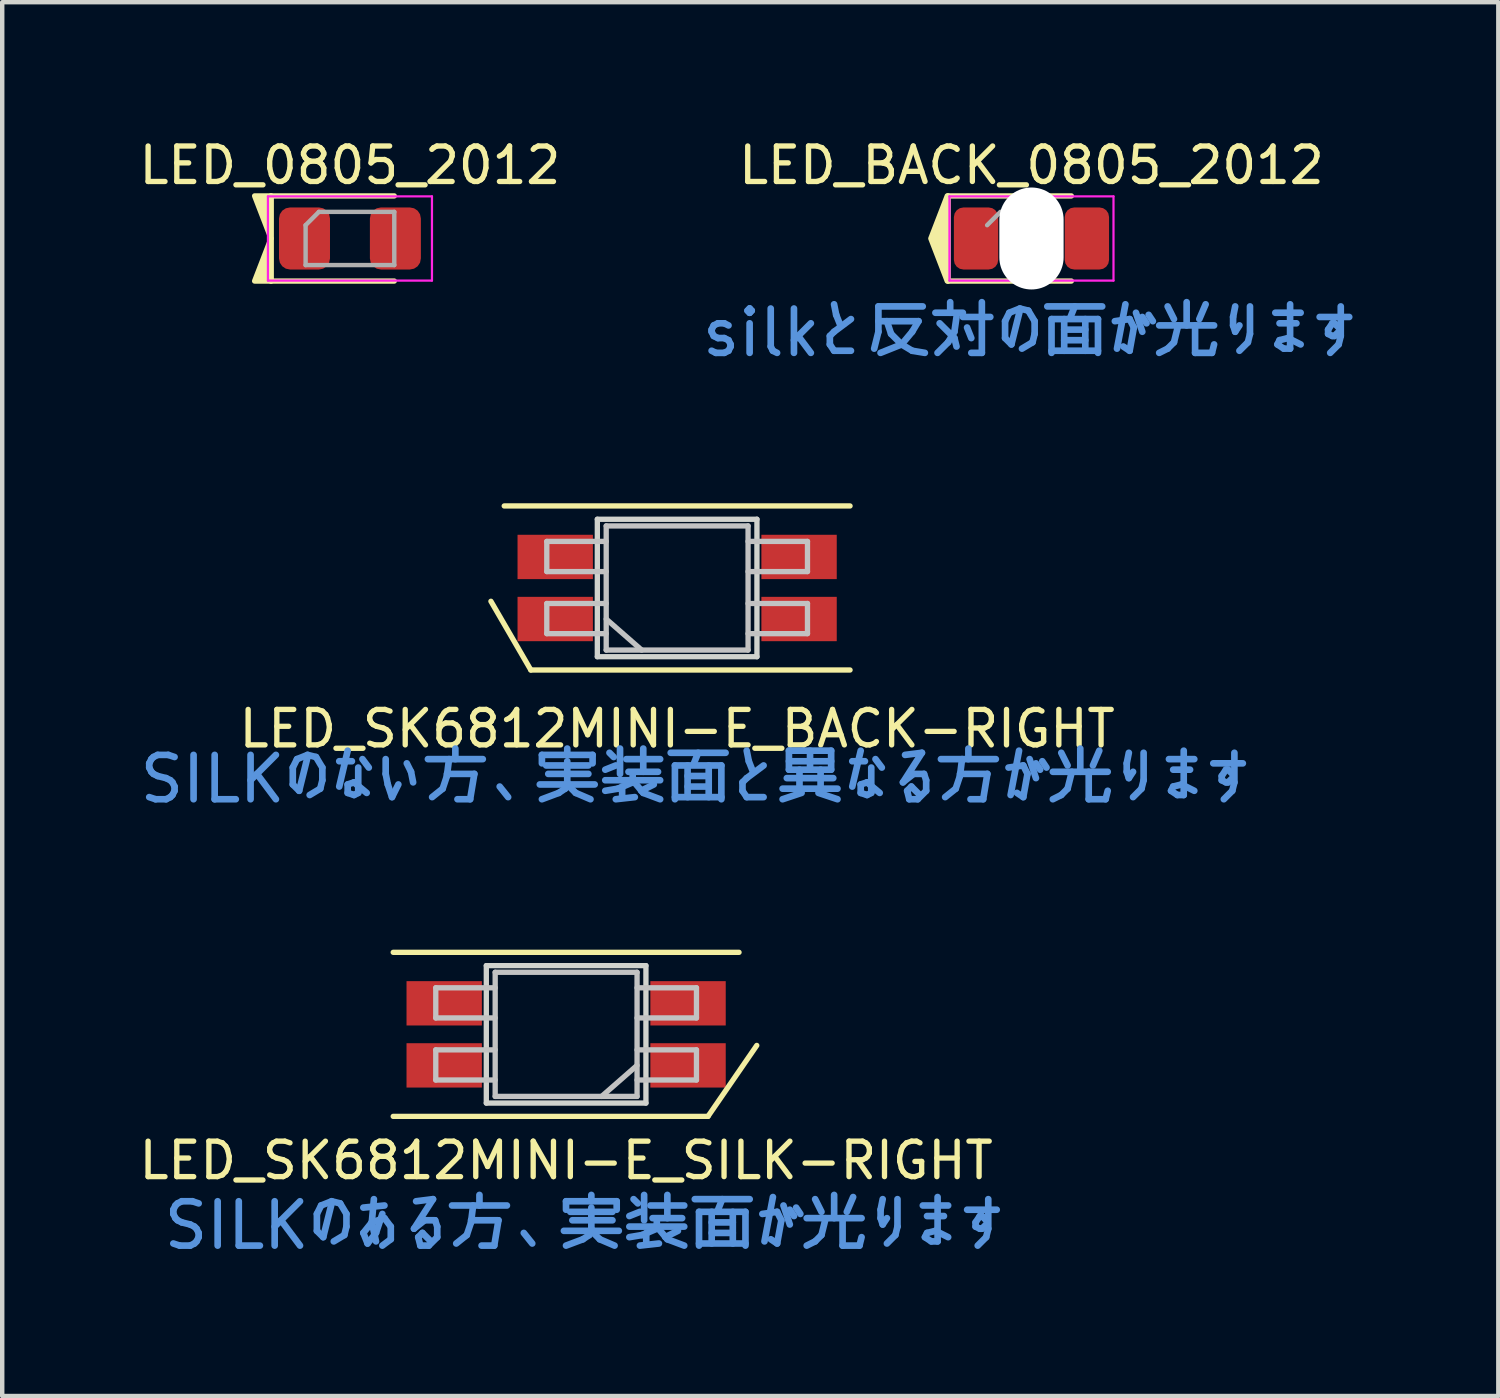
<source format=kicad_pcb>
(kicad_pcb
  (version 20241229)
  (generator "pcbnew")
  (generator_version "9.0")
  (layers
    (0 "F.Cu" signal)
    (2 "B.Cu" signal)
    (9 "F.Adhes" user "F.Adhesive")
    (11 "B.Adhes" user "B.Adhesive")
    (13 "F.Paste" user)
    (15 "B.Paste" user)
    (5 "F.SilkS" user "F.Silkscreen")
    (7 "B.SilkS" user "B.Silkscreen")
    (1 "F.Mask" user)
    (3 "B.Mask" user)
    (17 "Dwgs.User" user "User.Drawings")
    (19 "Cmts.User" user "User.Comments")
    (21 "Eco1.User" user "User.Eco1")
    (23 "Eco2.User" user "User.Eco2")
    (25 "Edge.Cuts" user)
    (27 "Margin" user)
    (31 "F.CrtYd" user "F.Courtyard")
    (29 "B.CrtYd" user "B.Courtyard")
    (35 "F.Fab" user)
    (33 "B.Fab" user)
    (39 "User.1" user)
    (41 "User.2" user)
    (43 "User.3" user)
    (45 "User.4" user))
  (footprint "LED_0805_2012"
    (layer "F.Cu")
    (at 4.843 2.329)
    (property "Reference" "LED_0805_2012" (at 0 -1.65 0) (layer "F.SilkS") (effects (font (size 0.8 0.8) (thickness 0.12))))
    (attr smd)
    (fp_line (start -1.78 -0.96) (end -1.78 0.96) (stroke (width 0.12) (type solid)) (layer "F.SilkS"))
    (fp_line (start -1.78 0.96) (end 1 0.96) (stroke (width 0.12) (type solid)) (layer "F.SilkS"))
    (fp_line (start 1 -0.96) (end -1.78 -0.96) (stroke (width 0.12) (type solid)) (layer "F.SilkS"))
    (fp_poly (pts (xy -1.78 -0.96) (xy -2.15 -0.96) (xy -1.78 0)) (stroke (width 0.12) (type solid)) (fill yes) (layer "F.SilkS"))
    (fp_poly (pts (xy -1.78 0.96) (xy -2.15 0.96) (xy -1.78 0)) (stroke (width 0.12) (type solid)) (fill yes) (layer "F.SilkS"))
    (fp_line (start -1.85 -0.95) (end 1.85 -0.95) (stroke (width 0.05) (type solid)) (layer "F.CrtYd"))
    (fp_line (start -1.85 0.95) (end -1.85 -0.95) (stroke (width 0.05) (type solid)) (layer "F.CrtYd"))
    (fp_line (start 1.85 -0.95) (end 1.85 0.95) (stroke (width 0.05) (type solid)) (layer "F.CrtYd"))
    (fp_line (start 1.85 0.95) (end -1.85 0.95) (stroke (width 0.05) (type solid)) (layer "F.CrtYd"))
    (fp_line (start -1 -0.3) (end -1 0.6) (stroke (width 0.1) (type solid)) (layer "F.Fab"))
    (fp_line (start -1 0.6) (end 1 0.6) (stroke (width 0.1) (type solid)) (layer "F.Fab"))
    (fp_line (start -0.7 -0.6) (end -1 -0.3) (stroke (width 0.1) (type solid)) (layer "F.Fab"))
    (fp_line (start 1 -0.6) (end -0.7 -0.6) (stroke (width 0.1) (type solid)) (layer "F.Fab"))
    (fp_line (start 1 0.6) (end 1 -0.6) (stroke (width 0.1) (type solid)) (layer "F.Fab"))
    (pad "1" smd roundrect (at -1.025 0) (size 1.15 1.4) (layers "F.Cu" "F.Mask" "F.Paste") (roundrect_rratio 0.217))
    (pad "2" smd roundrect (at 1.025 0) (size 1.15 1.4) (layers "F.Cu" "F.Mask" "F.Paste") (roundrect_rratio 0.217)))
  (footprint "LED_SK6812MINI-E_SILK-RIGHT"
    (layer "F.Cu")
    (at 9.719 20.28)
    (property "Reference" "LED_SK6812MINI-E_SILK-RIGHT" (at 0 2.845 0) (layer "F.SilkS") (effects (font (size 0.8 0.8) (thickness 0.12))))
    (attr through_hole)
    (fp_line (start -3.9 -1.85) (end 3.9 -1.85) (stroke (width 0.12) (type solid)) (layer "F.SilkS"))
    (fp_line (start 3.2 1.85) (end -3.9 1.85) (stroke (width 0.12) (type solid)) (layer "F.SilkS"))
    (fp_line (start 4.3 0.25) (end 3.2 1.85) (stroke (width 0.12) (type solid)) (layer "F.SilkS"))
    (fp_line (start -2.94 -1.05) (end -1.6 -1.05) (stroke (width 0.12) (type solid)) (layer "Dwgs.User"))
    (fp_line (start -2.94 -0.37) (end -2.94 -1.05) (stroke (width 0.12) (type solid)) (layer "Dwgs.User"))
    (fp_line (start -2.94 0.35) (end -1.6 0.35) (stroke (width 0.12) (type solid)) (layer "Dwgs.User"))
    (fp_line (start -2.94 1.03) (end -2.94 0.35) (stroke (width 0.12) (type solid)) (layer "Dwgs.User"))
    (fp_line (start -1.6 -1.4) (end -1.6 1.4) (stroke (width 0.12) (type solid)) (layer "Dwgs.User"))
    (fp_line (start -1.6 -0.37) (end -2.94 -0.37) (stroke (width 0.12) (type solid)) (layer "Dwgs.User"))
    (fp_line (start -1.6 1.03) (end -2.94 1.03) (stroke (width 0.12) (type solid)) (layer "Dwgs.User"))
    (fp_line (start 1.6 -1.4) (end -1.6 -1.4) (stroke (width 0.12) (type solid)) (layer "Dwgs.User"))
    (fp_line (start 1.6 -1.4) (end 1.6 1.4) (stroke (width 0.12) (type solid)) (layer "Dwgs.User"))
    (fp_line (start 1.6 -1.05) (end 2.94 -1.05) (stroke (width 0.12) (type solid)) (layer "Dwgs.User"))
    (fp_line (start 1.6 0.35) (end 2.94 0.35) (stroke (width 0.12) (type solid)) (layer "Dwgs.User"))
    (fp_line (start 1.6 0.7) (end 0.8 1.4) (stroke (width 0.12) (type solid)) (layer "Dwgs.User"))
    (fp_line (start 1.6 1.4) (end -1.6 1.4) (stroke (width 0.12) (type solid)) (layer "Dwgs.User"))
    (fp_line (start 2.94 -1.05) (end 2.94 -0.37) (stroke (width 0.12) (type solid)) (layer "Dwgs.User"))
    (fp_line (start 2.94 -0.37) (end 1.6 -0.37) (stroke (width 0.12) (type solid)) (layer "Dwgs.User"))
    (fp_line (start 2.94 0.35) (end 2.94 1.03) (stroke (width 0.12) (type solid)) (layer "Dwgs.User"))
    (fp_line (start 2.94 1.03) (end 1.6 1.03) (stroke (width 0.12) (type solid)) (layer "Dwgs.User"))
    (fp_line (start -1.8 -1.55) (end 1.8 -1.55) (stroke (width 0.12) (type solid)) (layer "Edge.Cuts"))
    (fp_line (start -1.8 1.55) (end -1.8 -1.55) (stroke (width 0.12) (type solid)) (layer "Edge.Cuts"))
    (fp_line (start 1.8 -1.55) (end 1.8 1.55) (stroke (width 0.12) (type solid)) (layer "Edge.Cuts"))
    (fp_line (start 1.8 1.55) (end -1.8 1.55) (stroke (width 0.12) (type solid)) (layer "Edge.Cuts"))
    (fp_text user "SILKのある方、実装面が光ります" (at 0.45 4.31 0) (unlocked yes) (layer "Cmts.User") (effects (font (size 1 1) (thickness 0.15))))
    (pad "1" smd rect (at -2.75 -0.7) (size 1.7 1) (layers "F.Cu" "F.Mask" "F.Paste"))
    (pad "2" smd rect (at -2.75 0.7) (size 1.7 1) (layers "F.Cu" "F.Mask" "F.Paste"))
    (pad "3" smd rect (at 2.75 0.7) (size 1.7 1) (layers "F.Cu" "F.Mask" "F.Paste"))
    (pad "4" smd rect (at 2.75 -0.7) (size 1.7 1) (layers "F.Cu" "F.Mask" "F.Paste")))
  (footprint "LED_SK6812MINI-E_BACK-RIGHT"
    (layer "F.Cu")
    (at 12.223 10.212)
    (property "Reference" "LED_SK6812MINI-E_BACK-RIGHT" (at 0 3.175 0) (layer "F.SilkS") (effects (font (size 0.8 0.8) (thickness 0.12))))
    (attr through_hole)
    (fp_line (start -4.2 0.3) (end -3.3 1.85) (stroke (width 0.12) (type solid)) (layer "F.SilkS"))
    (fp_line (start -3.3 1.85) (end 3.9 1.85) (stroke (width 0.12) (type solid)) (layer "F.SilkS"))
    (fp_line (start 3.9 -1.85) (end -3.9 -1.85) (stroke (width 0.12) (type solid)) (layer "F.SilkS"))
    (fp_line (start -2.94 -1.05) (end -2.94 -0.37) (stroke (width 0.12) (type solid)) (layer "Dwgs.User"))
    (fp_line (start -2.94 -0.37) (end -1.6 -0.37) (stroke (width 0.12) (type solid)) (layer "Dwgs.User"))
    (fp_line (start -2.94 0.35) (end -2.94 1.03) (stroke (width 0.12) (type solid)) (layer "Dwgs.User"))
    (fp_line (start -2.94 1.03) (end -1.6 1.03) (stroke (width 0.12) (type solid)) (layer "Dwgs.User"))
    (fp_line (start -1.6 -1.4) (end -1.6 1.4) (stroke (width 0.12) (type solid)) (layer "Dwgs.User"))
    (fp_line (start -1.6 -1.4) (end 1.6 -1.4) (stroke (width 0.12) (type solid)) (layer "Dwgs.User"))
    (fp_line (start -1.6 -1.05) (end -2.94 -1.05) (stroke (width 0.12) (type solid)) (layer "Dwgs.User"))
    (fp_line (start -1.6 0.35) (end -2.94 0.35) (stroke (width 0.12) (type solid)) (layer "Dwgs.User"))
    (fp_line (start -1.6 0.7) (end -0.8 1.4) (stroke (width 0.12) (type solid)) (layer "Dwgs.User"))
    (fp_line (start -1.6 1.4) (end 1.6 1.4) (stroke (width 0.12) (type solid)) (layer "Dwgs.User"))
    (fp_line (start 1.6 -1.4) (end 1.6 1.4) (stroke (width 0.12) (type solid)) (layer "Dwgs.User"))
    (fp_line (start 1.6 -0.37) (end 2.94 -0.37) (stroke (width 0.12) (type solid)) (layer "Dwgs.User"))
    (fp_line (start 1.6 1.03) (end 2.94 1.03) (stroke (width 0.12) (type solid)) (layer "Dwgs.User"))
    (fp_line (start 2.94 -1.05) (end 1.6 -1.05) (stroke (width 0.12) (type solid)) (layer "Dwgs.User"))
    (fp_line (start 2.94 -0.37) (end 2.94 -1.05) (stroke (width 0.12) (type solid)) (layer "Dwgs.User"))
    (fp_line (start 2.94 0.35) (end 1.6 0.35) (stroke (width 0.12) (type solid)) (layer "Dwgs.User"))
    (fp_line (start 2.94 1.03) (end 2.94 0.35) (stroke (width 0.12) (type solid)) (layer "Dwgs.User"))
    (fp_line (start -1.8 -1.55) (end -1.8 1.55) (stroke (width 0.12) (type solid)) (layer "Edge.Cuts"))
    (fp_line (start -1.8 1.55) (end 1.8 1.55) (stroke (width 0.12) (type solid)) (layer "Edge.Cuts"))
    (fp_line (start 1.8 -1.55) (end -1.8 -1.55) (stroke (width 0.12) (type solid)) (layer "Edge.Cuts"))
    (fp_line (start 1.8 1.55) (end 1.8 -1.55) (stroke (width 0.12) (type solid)) (layer "Edge.Cuts"))
    (fp_text user "SILKのない方、実装面と異なる方が光ります" (at 0.45 4.31 0) (unlocked yes) (layer "Cmts.User") (effects (font (size 1 1) (thickness 0.15))))
    (pad "1" smd rect (at 2.75 -0.7) (size 1.7 1) (layers "F.Cu" "F.Mask" "F.Paste"))
    (pad "2" smd rect (at 2.75 0.7) (size 1.7 1) (layers "F.Cu" "F.Mask" "F.Paste"))
    (pad "3" smd rect (at -2.75 0.7) (size 1.7 1) (layers "F.Cu" "F.Mask" "F.Paste"))
    (pad "4" smd rect (at -2.75 -0.7) (size 1.7 1) (layers "F.Cu" "F.Mask" "F.Paste")))
  (footprint "LED_BACK_0805_2012"
    (layer "F.Cu")
    (at 20.215 2.329)
    (property "Reference" "LED_BACK_0805_2012" (at 0 -1.65 0) (layer "F.SilkS") (effects (font (size 0.8 0.8) (thickness 0.12))))
    (attr smd)
    (fp_line (start -1.88 -0.96) (end -1.88 0.96) (stroke (width 0.12) (type solid)) (layer "F.SilkS"))
    (fp_line (start -1.88 0.96) (end 0.9 0.96) (stroke (width 0.12) (type solid)) (layer "F.SilkS"))
    (fp_line (start 0.9 -0.96) (end -1.88 -0.96) (stroke (width 0.12) (type solid)) (layer "F.SilkS"))
    (fp_poly (pts (xy -1.9 0.96) (xy -2.27 0) (xy -1.9 -0.96)) (stroke (width 0.12) (type solid)) (fill yes) (layer "F.SilkS"))
    (fp_rect (start -0.65 -0.575) (end 0.65 0.575) (stroke (width 0.1) (type default)) (fill no) (layer "Eco1.User"))
    (fp_line (start -1.85 -0.95) (end 1.85 -0.95) (stroke (width 0.05) (type solid)) (layer "F.CrtYd"))
    (fp_line (start -1.85 0.95) (end -1.85 -0.95) (stroke (width 0.05) (type solid)) (layer "F.CrtYd"))
    (fp_line (start 1.85 -0.95) (end 1.85 0.95) (stroke (width 0.05) (type solid)) (layer "F.CrtYd"))
    (fp_line (start 1.85 0.95) (end -1.85 0.95) (stroke (width 0.05) (type solid)) (layer "F.CrtYd"))
    (fp_line (start -0.7 -0.6) (end -1 -0.3) (stroke (width 0.1) (type solid)) (layer "F.Fab"))
    (fp_text user "silkと反対の面が光ります" (at 0 2.125 0) (unlocked yes) (layer "Cmts.User") (effects (font (size 1 1) (thickness 0.15))))
    (pad "" np_thru_hole oval (at 0 0) (size 1.45 2.3) (drill oval 1.45 2.3) (layers "*.Cu" "*.Mask"))
    (pad "1" smd roundrect (at -1.25 0) (size 1 1.4) (layers "F.Cu" "F.Mask" "F.Paste") (roundrect_rratio 0.217))
    (pad "2" smd roundrect (at 1.25 0) (size 1 1.4) (layers "F.Cu" "F.Mask" "F.Paste") (roundrect_rratio 0.217)))
  (gr_rect
    (start -3 -3)
    (end 30.745 28.438)
    (stroke (width 0.1) (type default))
    (fill no)
    (layer "Edge.Cuts")))
</source>
